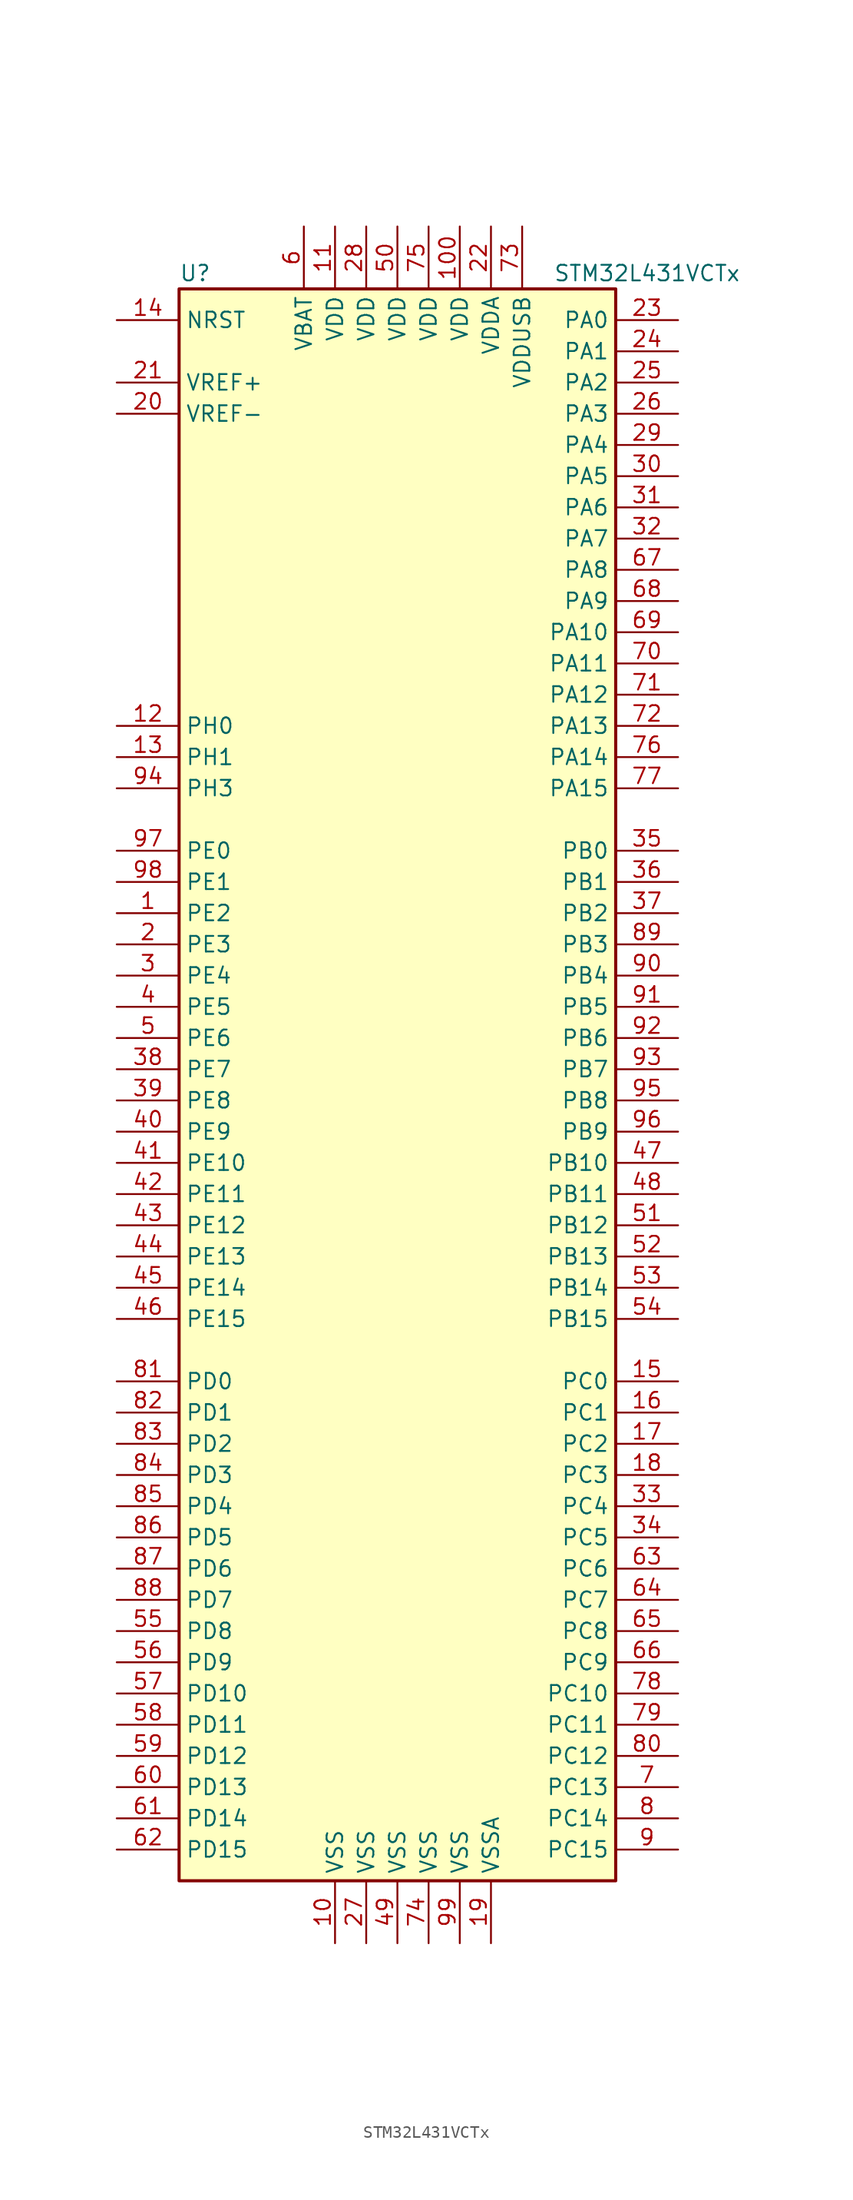
<source format=kicad_sym>
(kicad_symbol_lib
  (version 20211014)
  (generator kicad_symbol_editor)
  (symbol "STM32L431VCTx"
    (property "Reference" "U"
      (at -17.78 64.77 0)
      (effects (font (size 1.27 1.27)) (justify left)))
    (property "Value" "STM32L431VCTx"
      (at 12.7 64.77 0)
      (effects (font (size 1.27 1.27)) (justify left)))
    (symbol "STM32L431VCTx_0_1"
      (rectangle (start -17.78 -66.04) (end 17.78 63.5) (stroke (width 0.254) (type default) (color 0 0 0 0)) (fill (type background))))
    (symbol "STM32L431VCTx_1_1"
      (pin bidirectional line (at -22.86 12.7 0) (length 5.08) (name "PE2" (effects (font (size 1.27 1.27)))) (number "1" (effects (font (size 1.27 1.27)))))
      (pin power_in line (at -5.08 -71.12 90) (length 5.08) (name "VSS" (effects (font (size 1.27 1.27)))) (number "10" (effects (font (size 1.27 1.27)))))
      (pin power_in line (at 5.08 68.58 270) (length 5.08) (name "VDD" (effects (font (size 1.27 1.27)))) (number "100" (effects (font (size 1.27 1.27)))))
      (pin power_in line (at -5.08 68.58 270) (length 5.08) (name "VDD" (effects (font (size 1.27 1.27)))) (number "11" (effects (font (size 1.27 1.27)))))
      (pin input line (at -22.86 27.94 0) (length 5.08) (name "PH0" (effects (font (size 1.27 1.27)))) (number "12" (effects (font (size 1.27 1.27)))))
      (pin input line (at -22.86 25.4 0) (length 5.08) (name "PH1" (effects (font (size 1.27 1.27)))) (number "13" (effects (font (size 1.27 1.27)))))
      (pin input line (at -22.86 60.96 0) (length 5.08) (name "NRST" (effects (font (size 1.27 1.27)))) (number "14" (effects (font (size 1.27 1.27)))))
      (pin bidirectional line (at 22.86 -25.4 180) (length 5.08) (name "PC0" (effects (font (size 1.27 1.27)))) (number "15" (effects (font (size 1.27 1.27)))))
      (pin bidirectional line (at 22.86 -27.94 180) (length 5.08) (name "PC1" (effects (font (size 1.27 1.27)))) (number "16" (effects (font (size 1.27 1.27)))))
      (pin bidirectional line (at 22.86 -30.48 180) (length 5.08) (name "PC2" (effects (font (size 1.27 1.27)))) (number "17" (effects (font (size 1.27 1.27)))))
      (pin bidirectional line (at 22.86 -33.02 180) (length 5.08) (name "PC3" (effects (font (size 1.27 1.27)))) (number "18" (effects (font (size 1.27 1.27)))))
      (pin power_in line (at 7.62 -71.12 90) (length 5.08) (name "VSSA" (effects (font (size 1.27 1.27)))) (number "19" (effects (font (size 1.27 1.27)))))
      (pin bidirectional line (at -22.86 10.16 0) (length 5.08) (name "PE3" (effects (font (size 1.27 1.27)))) (number "2" (effects (font (size 1.27 1.27)))))
      (pin power_in line (at -22.86 53.34 0) (length 5.08) (name "VREF-" (effects (font (size 1.27 1.27)))) (number "20" (effects (font (size 1.27 1.27)))))
      (pin bidirectional line (at -22.86 55.88 0) (length 5.08) (name "VREF+" (effects (font (size 1.27 1.27)))) (number "21" (effects (font (size 1.27 1.27)))))
      (pin power_in line (at 7.62 68.58 270) (length 5.08) (name "VDDA" (effects (font (size 1.27 1.27)))) (number "22" (effects (font (size 1.27 1.27)))))
      (pin bidirectional line (at 22.86 60.96 180) (length 5.08) (name "PA0" (effects (font (size 1.27 1.27)))) (number "23" (effects (font (size 1.27 1.27)))))
      (pin bidirectional line (at 22.86 58.42 180) (length 5.08) (name "PA1" (effects (font (size 1.27 1.27)))) (number "24" (effects (font (size 1.27 1.27)))))
      (pin bidirectional line (at 22.86 55.88 180) (length 5.08) (name "PA2" (effects (font (size 1.27 1.27)))) (number "25" (effects (font (size 1.27 1.27)))))
      (pin bidirectional line (at 22.86 53.34 180) (length 5.08) (name "PA3" (effects (font (size 1.27 1.27)))) (number "26" (effects (font (size 1.27 1.27)))))
      (pin power_in line (at -2.54 -71.12 90) (length 5.08) (name "VSS" (effects (font (size 1.27 1.27)))) (number "27" (effects (font (size 1.27 1.27)))))
      (pin power_in line (at -2.54 68.58 270) (length 5.08) (name "VDD" (effects (font (size 1.27 1.27)))) (number "28" (effects (font (size 1.27 1.27)))))
      (pin bidirectional line (at 22.86 50.8 180) (length 5.08) (name "PA4" (effects (font (size 1.27 1.27)))) (number "29" (effects (font (size 1.27 1.27)))))
      (pin bidirectional line (at -22.86 7.62 0) (length 5.08) (name "PE4" (effects (font (size 1.27 1.27)))) (number "3" (effects (font (size 1.27 1.27)))))
      (pin bidirectional line (at 22.86 48.26 180) (length 5.08) (name "PA5" (effects (font (size 1.27 1.27)))) (number "30" (effects (font (size 1.27 1.27)))))
      (pin bidirectional line (at 22.86 45.72 180) (length 5.08) (name "PA6" (effects (font (size 1.27 1.27)))) (number "31" (effects (font (size 1.27 1.27)))))
      (pin bidirectional line (at 22.86 43.18 180) (length 5.08) (name "PA7" (effects (font (size 1.27 1.27)))) (number "32" (effects (font (size 1.27 1.27)))))
      (pin bidirectional line (at 22.86 -35.56 180) (length 5.08) (name "PC4" (effects (font (size 1.27 1.27)))) (number "33" (effects (font (size 1.27 1.27)))))
      (pin bidirectional line (at 22.86 -38.1 180) (length 5.08) (name "PC5" (effects (font (size 1.27 1.27)))) (number "34" (effects (font (size 1.27 1.27)))))
      (pin bidirectional line (at 22.86 17.78 180) (length 5.08) (name "PB0" (effects (font (size 1.27 1.27)))) (number "35" (effects (font (size 1.27 1.27)))))
      (pin bidirectional line (at 22.86 15.24 180) (length 5.08) (name "PB1" (effects (font (size 1.27 1.27)))) (number "36" (effects (font (size 1.27 1.27)))))
      (pin bidirectional line (at 22.86 12.7 180) (length 5.08) (name "PB2" (effects (font (size 1.27 1.27)))) (number "37" (effects (font (size 1.27 1.27)))))
      (pin bidirectional line (at -22.86 0 0) (length 5.08) (name "PE7" (effects (font (size 1.27 1.27)))) (number "38" (effects (font (size 1.27 1.27)))))
      (pin bidirectional line (at -22.86 -2.54 0) (length 5.08) (name "PE8" (effects (font (size 1.27 1.27)))) (number "39" (effects (font (size 1.27 1.27)))))
      (pin bidirectional line (at -22.86 5.08 0) (length 5.08) (name "PE5" (effects (font (size 1.27 1.27)))) (number "4" (effects (font (size 1.27 1.27)))))
      (pin bidirectional line (at -22.86 -5.08 0) (length 5.08) (name "PE9" (effects (font (size 1.27 1.27)))) (number "40" (effects (font (size 1.27 1.27)))))
      (pin bidirectional line (at -22.86 -7.62 0) (length 5.08) (name "PE10" (effects (font (size 1.27 1.27)))) (number "41" (effects (font (size 1.27 1.27)))))
      (pin bidirectional line (at -22.86 -10.16 0) (length 5.08) (name "PE11" (effects (font (size 1.27 1.27)))) (number "42" (effects (font (size 1.27 1.27)))))
      (pin bidirectional line (at -22.86 -12.7 0) (length 5.08) (name "PE12" (effects (font (size 1.27 1.27)))) (number "43" (effects (font (size 1.27 1.27)))))
      (pin bidirectional line (at -22.86 -15.24 0) (length 5.08) (name "PE13" (effects (font (size 1.27 1.27)))) (number "44" (effects (font (size 1.27 1.27)))))
      (pin bidirectional line (at -22.86 -17.78 0) (length 5.08) (name "PE14" (effects (font (size 1.27 1.27)))) (number "45" (effects (font (size 1.27 1.27)))))
      (pin bidirectional line (at -22.86 -20.32 0) (length 5.08) (name "PE15" (effects (font (size 1.27 1.27)))) (number "46" (effects (font (size 1.27 1.27)))))
      (pin bidirectional line (at 22.86 -7.62 180) (length 5.08) (name "PB10" (effects (font (size 1.27 1.27)))) (number "47" (effects (font (size 1.27 1.27)))))
      (pin bidirectional line (at 22.86 -10.16 180) (length 5.08) (name "PB11" (effects (font (size 1.27 1.27)))) (number "48" (effects (font (size 1.27 1.27)))))
      (pin power_in line (at 0 -71.12 90) (length 5.08) (name "VSS" (effects (font (size 1.27 1.27)))) (number "49" (effects (font (size 1.27 1.27)))))
      (pin bidirectional line (at -22.86 2.54 0) (length 5.08) (name "PE6" (effects (font (size 1.27 1.27)))) (number "5" (effects (font (size 1.27 1.27)))))
      (pin power_in line (at 0 68.58 270) (length 5.08) (name "VDD" (effects (font (size 1.27 1.27)))) (number "50" (effects (font (size 1.27 1.27)))))
      (pin bidirectional line (at 22.86 -12.7 180) (length 5.08) (name "PB12" (effects (font (size 1.27 1.27)))) (number "51" (effects (font (size 1.27 1.27)))))
      (pin bidirectional line (at 22.86 -15.24 180) (length 5.08) (name "PB13" (effects (font (size 1.27 1.27)))) (number "52" (effects (font (size 1.27 1.27)))))
      (pin bidirectional line (at 22.86 -17.78 180) (length 5.08) (name "PB14" (effects (font (size 1.27 1.27)))) (number "53" (effects (font (size 1.27 1.27)))))
      (pin bidirectional line (at 22.86 -20.32 180) (length 5.08) (name "PB15" (effects (font (size 1.27 1.27)))) (number "54" (effects (font (size 1.27 1.27)))))
      (pin bidirectional line (at -22.86 -45.72 0) (length 5.08) (name "PD8" (effects (font (size 1.27 1.27)))) (number "55" (effects (font (size 1.27 1.27)))))
      (pin bidirectional line (at -22.86 -48.26 0) (length 5.08) (name "PD9" (effects (font (size 1.27 1.27)))) (number "56" (effects (font (size 1.27 1.27)))))
      (pin bidirectional line (at -22.86 -50.8 0) (length 5.08) (name "PD10" (effects (font (size 1.27 1.27)))) (number "57" (effects (font (size 1.27 1.27)))))
      (pin bidirectional line (at -22.86 -53.34 0) (length 5.08) (name "PD11" (effects (font (size 1.27 1.27)))) (number "58" (effects (font (size 1.27 1.27)))))
      (pin bidirectional line (at -22.86 -55.88 0) (length 5.08) (name "PD12" (effects (font (size 1.27 1.27)))) (number "59" (effects (font (size 1.27 1.27)))))
      (pin power_in line (at -7.62 68.58 270) (length 5.08) (name "VBAT" (effects (font (size 1.27 1.27)))) (number "6" (effects (font (size 1.27 1.27)))))
      (pin bidirectional line (at -22.86 -58.42 0) (length 5.08) (name "PD13" (effects (font (size 1.27 1.27)))) (number "60" (effects (font (size 1.27 1.27)))))
      (pin bidirectional line (at -22.86 -60.96 0) (length 5.08) (name "PD14" (effects (font (size 1.27 1.27)))) (number "61" (effects (font (size 1.27 1.27)))))
      (pin bidirectional line (at -22.86 -63.5 0) (length 5.08) (name "PD15" (effects (font (size 1.27 1.27)))) (number "62" (effects (font (size 1.27 1.27)))))
      (pin bidirectional line (at 22.86 -40.64 180) (length 5.08) (name "PC6" (effects (font (size 1.27 1.27)))) (number "63" (effects (font (size 1.27 1.27)))))
      (pin bidirectional line (at 22.86 -43.18 180) (length 5.08) (name "PC7" (effects (font (size 1.27 1.27)))) (number "64" (effects (font (size 1.27 1.27)))))
      (pin bidirectional line (at 22.86 -45.72 180) (length 5.08) (name "PC8" (effects (font (size 1.27 1.27)))) (number "65" (effects (font (size 1.27 1.27)))))
      (pin bidirectional line (at 22.86 -48.26 180) (length 5.08) (name "PC9" (effects (font (size 1.27 1.27)))) (number "66" (effects (font (size 1.27 1.27)))))
      (pin bidirectional line (at 22.86 40.64 180) (length 5.08) (name "PA8" (effects (font (size 1.27 1.27)))) (number "67" (effects (font (size 1.27 1.27)))))
      (pin bidirectional line (at 22.86 38.1 180) (length 5.08) (name "PA9" (effects (font (size 1.27 1.27)))) (number "68" (effects (font (size 1.27 1.27)))))
      (pin bidirectional line (at 22.86 35.56 180) (length 5.08) (name "PA10" (effects (font (size 1.27 1.27)))) (number "69" (effects (font (size 1.27 1.27)))))
      (pin bidirectional line (at 22.86 -58.42 180) (length 5.08) (name "PC13" (effects (font (size 1.27 1.27)))) (number "7" (effects (font (size 1.27 1.27)))))
      (pin bidirectional line (at 22.86 33.02 180) (length 5.08) (name "PA11" (effects (font (size 1.27 1.27)))) (number "70" (effects (font (size 1.27 1.27)))))
      (pin bidirectional line (at 22.86 30.48 180) (length 5.08) (name "PA12" (effects (font (size 1.27 1.27)))) (number "71" (effects (font (size 1.27 1.27)))))
      (pin bidirectional line (at 22.86 27.94 180) (length 5.08) (name "PA13" (effects (font (size 1.27 1.27)))) (number "72" (effects (font (size 1.27 1.27)))))
      (pin power_in line (at 10.16 68.58 270) (length 5.08) (name "VDDUSB" (effects (font (size 1.27 1.27)))) (number "73" (effects (font (size 1.27 1.27)))))
      (pin power_in line (at 2.54 -71.12 90) (length 5.08) (name "VSS" (effects (font (size 1.27 1.27)))) (number "74" (effects (font (size 1.27 1.27)))))
      (pin power_in line (at 2.54 68.58 270) (length 5.08) (name "VDD" (effects (font (size 1.27 1.27)))) (number "75" (effects (font (size 1.27 1.27)))))
      (pin bidirectional line (at 22.86 25.4 180) (length 5.08) (name "PA14" (effects (font (size 1.27 1.27)))) (number "76" (effects (font (size 1.27 1.27)))))
      (pin bidirectional line (at 22.86 22.86 180) (length 5.08) (name "PA15" (effects (font (size 1.27 1.27)))) (number "77" (effects (font (size 1.27 1.27)))))
      (pin bidirectional line (at 22.86 -50.8 180) (length 5.08) (name "PC10" (effects (font (size 1.27 1.27)))) (number "78" (effects (font (size 1.27 1.27)))))
      (pin bidirectional line (at 22.86 -53.34 180) (length 5.08) (name "PC11" (effects (font (size 1.27 1.27)))) (number "79" (effects (font (size 1.27 1.27)))))
      (pin bidirectional line (at 22.86 -60.96 180) (length 5.08) (name "PC14" (effects (font (size 1.27 1.27)))) (number "8" (effects (font (size 1.27 1.27)))))
      (pin bidirectional line (at 22.86 -55.88 180) (length 5.08) (name "PC12" (effects (font (size 1.27 1.27)))) (number "80" (effects (font (size 1.27 1.27)))))
      (pin bidirectional line (at -22.86 -25.4 0) (length 5.08) (name "PD0" (effects (font (size 1.27 1.27)))) (number "81" (effects (font (size 1.27 1.27)))))
      (pin bidirectional line (at -22.86 -27.94 0) (length 5.08) (name "PD1" (effects (font (size 1.27 1.27)))) (number "82" (effects (font (size 1.27 1.27)))))
      (pin bidirectional line (at -22.86 -30.48 0) (length 5.08) (name "PD2" (effects (font (size 1.27 1.27)))) (number "83" (effects (font (size 1.27 1.27)))))
      (pin bidirectional line (at -22.86 -33.02 0) (length 5.08) (name "PD3" (effects (font (size 1.27 1.27)))) (number "84" (effects (font (size 1.27 1.27)))))
      (pin bidirectional line (at -22.86 -35.56 0) (length 5.08) (name "PD4" (effects (font (size 1.27 1.27)))) (number "85" (effects (font (size 1.27 1.27)))))
      (pin bidirectional line (at -22.86 -38.1 0) (length 5.08) (name "PD5" (effects (font (size 1.27 1.27)))) (number "86" (effects (font (size 1.27 1.27)))))
      (pin bidirectional line (at -22.86 -40.64 0) (length 5.08) (name "PD6" (effects (font (size 1.27 1.27)))) (number "87" (effects (font (size 1.27 1.27)))))
      (pin bidirectional line (at -22.86 -43.18 0) (length 5.08) (name "PD7" (effects (font (size 1.27 1.27)))) (number "88" (effects (font (size 1.27 1.27)))))
      (pin bidirectional line (at 22.86 10.16 180) (length 5.08) (name "PB3" (effects (font (size 1.27 1.27)))) (number "89" (effects (font (size 1.27 1.27)))))
      (pin bidirectional line (at 22.86 -63.5 180) (length 5.08) (name "PC15" (effects (font (size 1.27 1.27)))) (number "9" (effects (font (size 1.27 1.27)))))
      (pin bidirectional line (at 22.86 7.62 180) (length 5.08) (name "PB4" (effects (font (size 1.27 1.27)))) (number "90" (effects (font (size 1.27 1.27)))))
      (pin bidirectional line (at 22.86 5.08 180) (length 5.08) (name "PB5" (effects (font (size 1.27 1.27)))) (number "91" (effects (font (size 1.27 1.27)))))
      (pin bidirectional line (at 22.86 2.54 180) (length 5.08) (name "PB6" (effects (font (size 1.27 1.27)))) (number "92" (effects (font (size 1.27 1.27)))))
      (pin bidirectional line (at 22.86 0 180) (length 5.08) (name "PB7" (effects (font (size 1.27 1.27)))) (number "93" (effects (font (size 1.27 1.27)))))
      (pin bidirectional line (at -22.86 22.86 0) (length 5.08) (name "PH3" (effects (font (size 1.27 1.27)))) (number "94" (effects (font (size 1.27 1.27)))))
      (pin bidirectional line (at 22.86 -2.54 180) (length 5.08) (name "PB8" (effects (font (size 1.27 1.27)))) (number "95" (effects (font (size 1.27 1.27)))))
      (pin bidirectional line (at 22.86 -5.08 180) (length 5.08) (name "PB9" (effects (font (size 1.27 1.27)))) (number "96" (effects (font (size 1.27 1.27)))))
      (pin bidirectional line (at -22.86 17.78 0) (length 5.08) (name "PE0" (effects (font (size 1.27 1.27)))) (number "97" (effects (font (size 1.27 1.27)))))
      (pin bidirectional line (at -22.86 15.24 0) (length 5.08) (name "PE1" (effects (font (size 1.27 1.27)))) (number "98" (effects (font (size 1.27 1.27)))))
      (pin power_in line (at 5.08 -71.12 90) (length 5.08) (name "VSS" (effects (font (size 1.27 1.27)))) (number "99" (effects (font (size 1.27 1.27))))))))
</source>
